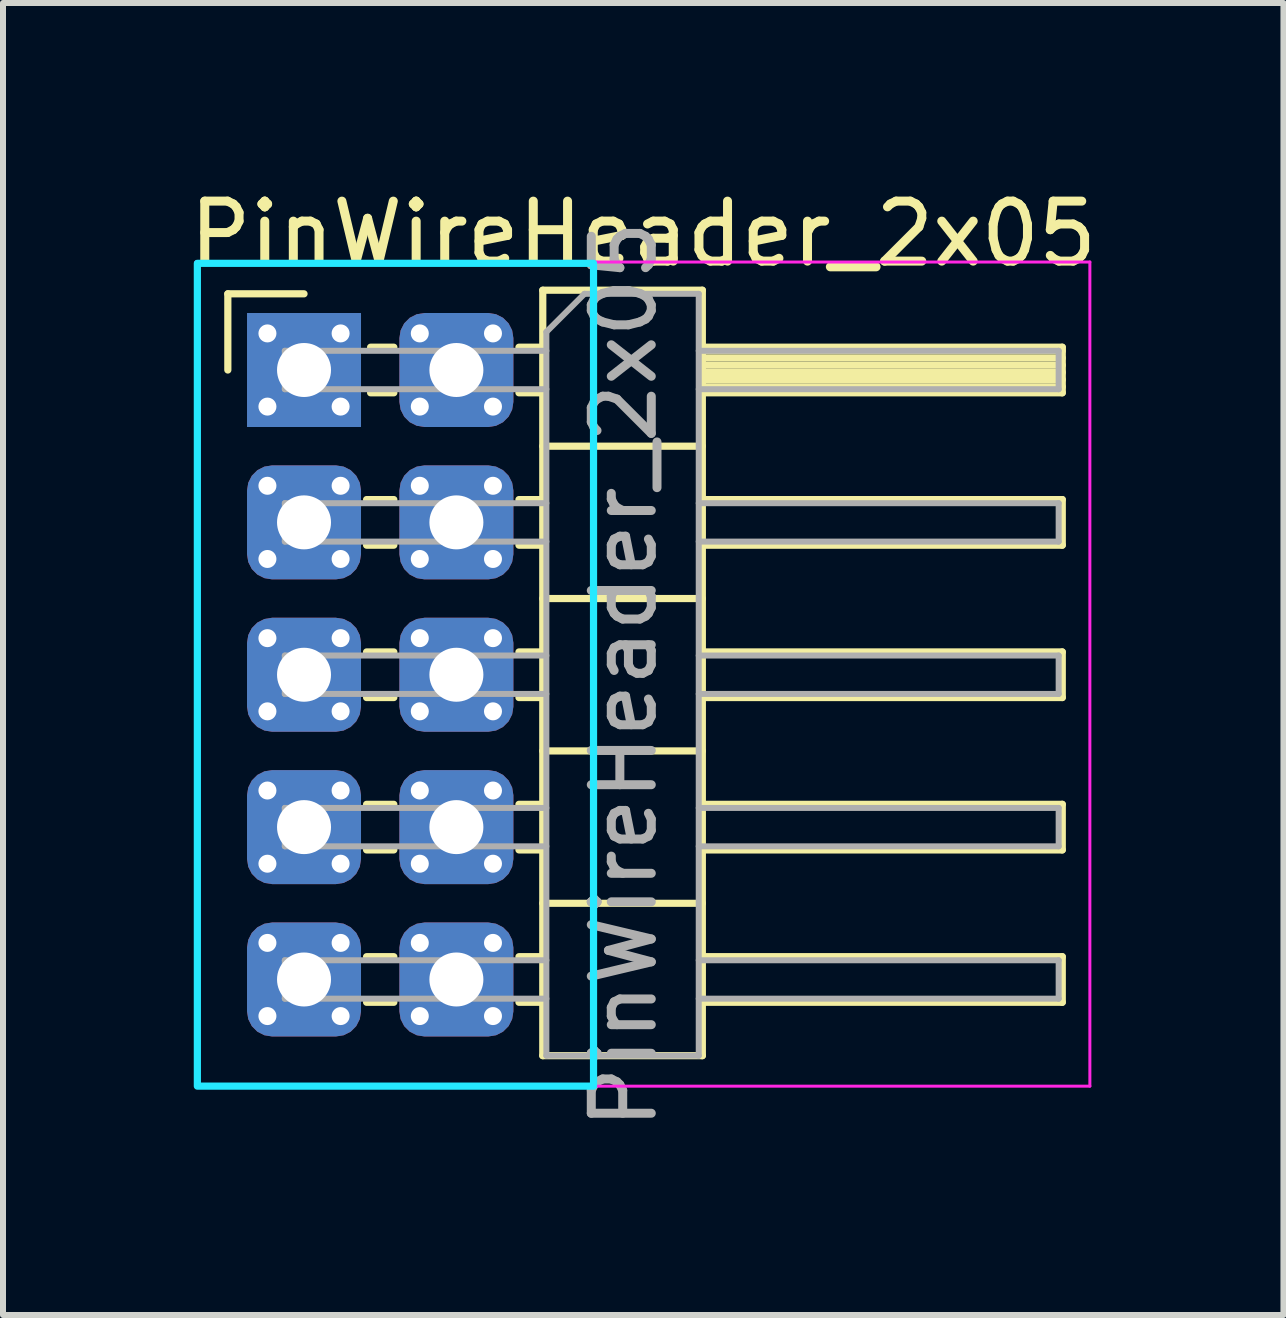
<source format=kicad_pcb>
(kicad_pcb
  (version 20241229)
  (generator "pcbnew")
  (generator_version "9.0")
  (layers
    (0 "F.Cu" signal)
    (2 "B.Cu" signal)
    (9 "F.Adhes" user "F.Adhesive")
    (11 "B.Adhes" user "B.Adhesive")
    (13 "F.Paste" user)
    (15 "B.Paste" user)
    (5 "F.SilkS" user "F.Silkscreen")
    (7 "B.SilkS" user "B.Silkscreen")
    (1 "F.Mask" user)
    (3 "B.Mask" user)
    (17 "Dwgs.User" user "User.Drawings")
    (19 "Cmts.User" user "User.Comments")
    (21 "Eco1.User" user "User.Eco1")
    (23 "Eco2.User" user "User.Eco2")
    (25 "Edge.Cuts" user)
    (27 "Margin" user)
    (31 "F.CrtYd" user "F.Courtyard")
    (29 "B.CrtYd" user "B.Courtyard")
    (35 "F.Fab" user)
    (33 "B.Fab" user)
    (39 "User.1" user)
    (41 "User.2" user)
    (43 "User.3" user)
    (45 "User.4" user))
  (footprint "PinWireHeader_2x05"
    (layer "F.Cu")
    (at 2.018 3.118)
    (property "Reference" "PinWireHeader_2x05" (at 5.655 -2.27 180) (layer "F.SilkS") (effects (font (size 1 1) (thickness 0.15))))
    (attr through_hole)
    (fp_circle (center 0 0) (end 0.457 0) (stroke (width 0.15) (type solid)) (fill yes) (layer "F.Mask"))
    (fp_circle (center 0 2.54) (end 0.457 2.54) (stroke (width 0.15) (type solid)) (fill yes) (layer "F.Mask"))
    (fp_circle (center 0 5.08) (end 0.457 5.08) (stroke (width 0.15) (type solid)) (fill yes) (layer "F.Mask"))
    (fp_circle (center 0 7.62) (end 0.457 7.62) (stroke (width 0.15) (type solid)) (fill yes) (layer "F.Mask"))
    (fp_circle (center 0 10.16) (end 0.457 10.16) (stroke (width 0.15) (type solid)) (fill yes) (layer "F.Mask"))
    (fp_circle (center 2.54 0) (end 2.997 0) (stroke (width 0.15) (type solid)) (fill yes) (layer "F.Mask"))
    (fp_circle (center 2.54 2.54) (end 2.997 2.54) (stroke (width 0.15) (type solid)) (fill yes) (layer "F.Mask"))
    (fp_circle (center 2.54 5.08) (end 2.997 5.08) (stroke (width 0.15) (type solid)) (fill yes) (layer "F.Mask"))
    (fp_circle (center 2.54 7.62) (end 2.997 7.62) (stroke (width 0.15) (type solid)) (fill yes) (layer "F.Mask"))
    (fp_circle (center 2.54 10.16) (end 2.997 10.16) (stroke (width 0.15) (type solid)) (fill yes) (layer "F.Mask"))
    (fp_line (start -1.27 -1.27) (end 0 -1.27) (stroke (width 0.12) (type solid)) (layer "F.SilkS"))
    (fp_line (start -1.27 0) (end -1.27 -1.27) (stroke (width 0.12) (type solid)) (layer "F.SilkS"))
    (fp_line (start 1.043 2.16) (end 1.497 2.16) (stroke (width 0.12) (type solid)) (layer "F.SilkS"))
    (fp_line (start 1.043 2.92) (end 1.497 2.92) (stroke (width 0.12) (type solid)) (layer "F.SilkS"))
    (fp_line (start 1.043 4.7) (end 1.497 4.7) (stroke (width 0.12) (type solid)) (layer "F.SilkS"))
    (fp_line (start 1.043 5.46) (end 1.497 5.46) (stroke (width 0.12) (type solid)) (layer "F.SilkS"))
    (fp_line (start 1.043 7.24) (end 1.497 7.24) (stroke (width 0.12) (type solid)) (layer "F.SilkS"))
    (fp_line (start 1.043 8) (end 1.497 8) (stroke (width 0.12) (type solid)) (layer "F.SilkS"))
    (fp_line (start 1.043 9.78) (end 1.497 9.78) (stroke (width 0.12) (type solid)) (layer "F.SilkS"))
    (fp_line (start 1.043 10.54) (end 1.497 10.54) (stroke (width 0.12) (type solid)) (layer "F.SilkS"))
    (fp_line (start 1.11 -0.38) (end 1.497 -0.38) (stroke (width 0.12) (type solid)) (layer "F.SilkS"))
    (fp_line (start 1.11 0.38) (end 1.497 0.38) (stroke (width 0.12) (type solid)) (layer "F.SilkS"))
    (fp_line (start 3.583 -0.38) (end 3.98 -0.38) (stroke (width 0.12) (type solid)) (layer "F.SilkS"))
    (fp_line (start 3.583 0.38) (end 3.98 0.38) (stroke (width 0.12) (type solid)) (layer "F.SilkS"))
    (fp_line (start 3.583 2.16) (end 3.98 2.16) (stroke (width 0.12) (type solid)) (layer "F.SilkS"))
    (fp_line (start 3.583 2.92) (end 3.98 2.92) (stroke (width 0.12) (type solid)) (layer "F.SilkS"))
    (fp_line (start 3.583 4.7) (end 3.98 4.7) (stroke (width 0.12) (type solid)) (layer "F.SilkS"))
    (fp_line (start 3.583 5.46) (end 3.98 5.46) (stroke (width 0.12) (type solid)) (layer "F.SilkS"))
    (fp_line (start 3.583 7.24) (end 3.98 7.24) (stroke (width 0.12) (type solid)) (layer "F.SilkS"))
    (fp_line (start 3.583 8) (end 3.98 8) (stroke (width 0.12) (type solid)) (layer "F.SilkS"))
    (fp_line (start 3.583 9.78) (end 3.98 9.78) (stroke (width 0.12) (type solid)) (layer "F.SilkS"))
    (fp_line (start 3.583 10.54) (end 3.98 10.54) (stroke (width 0.12) (type solid)) (layer "F.SilkS"))
    (fp_line (start 3.98 -1.33) (end 3.98 11.43) (stroke (width 0.12) (type solid)) (layer "F.SilkS"))
    (fp_line (start 3.98 1.27) (end 6.64 1.27) (stroke (width 0.12) (type solid)) (layer "F.SilkS"))
    (fp_line (start 3.98 3.81) (end 6.64 3.81) (stroke (width 0.12) (type solid)) (layer "F.SilkS"))
    (fp_line (start 3.98 6.35) (end 6.64 6.35) (stroke (width 0.12) (type solid)) (layer "F.SilkS"))
    (fp_line (start 3.98 8.89) (end 6.64 8.89) (stroke (width 0.12) (type solid)) (layer "F.SilkS"))
    (fp_line (start 3.98 11.43) (end 6.64 11.43) (stroke (width 0.12) (type solid)) (layer "F.SilkS"))
    (fp_line (start 6.64 -1.33) (end 3.98 -1.33) (stroke (width 0.12) (type solid)) (layer "F.SilkS"))
    (fp_line (start 6.64 -0.38) (end 12.64 -0.38) (stroke (width 0.12) (type solid)) (layer "F.SilkS"))
    (fp_line (start 6.64 -0.32) (end 12.64 -0.32) (stroke (width 0.12) (type solid)) (layer "F.SilkS"))
    (fp_line (start 6.64 -0.2) (end 12.64 -0.2) (stroke (width 0.12) (type solid)) (layer "F.SilkS"))
    (fp_line (start 6.64 -0.08) (end 12.64 -0.08) (stroke (width 0.12) (type solid)) (layer "F.SilkS"))
    (fp_line (start 6.64 0.04) (end 12.64 0.04) (stroke (width 0.12) (type solid)) (layer "F.SilkS"))
    (fp_line (start 6.64 0.16) (end 12.64 0.16) (stroke (width 0.12) (type solid)) (layer "F.SilkS"))
    (fp_line (start 6.64 0.28) (end 12.64 0.28) (stroke (width 0.12) (type solid)) (layer "F.SilkS"))
    (fp_line (start 6.64 2.16) (end 12.64 2.16) (stroke (width 0.12) (type solid)) (layer "F.SilkS"))
    (fp_line (start 6.64 4.7) (end 12.64 4.7) (stroke (width 0.12) (type solid)) (layer "F.SilkS"))
    (fp_line (start 6.64 7.24) (end 12.64 7.24) (stroke (width 0.12) (type solid)) (layer "F.SilkS"))
    (fp_line (start 6.64 9.78) (end 12.64 9.78) (stroke (width 0.12) (type solid)) (layer "F.SilkS"))
    (fp_line (start 6.64 11.43) (end 6.64 -1.33) (stroke (width 0.12) (type solid)) (layer "F.SilkS"))
    (fp_line (start 12.64 -0.38) (end 12.64 0.38) (stroke (width 0.12) (type solid)) (layer "F.SilkS"))
    (fp_line (start 12.64 0.38) (end 6.64 0.38) (stroke (width 0.12) (type solid)) (layer "F.SilkS"))
    (fp_line (start 12.64 2.16) (end 12.64 2.92) (stroke (width 0.12) (type solid)) (layer "F.SilkS"))
    (fp_line (start 12.64 2.92) (end 6.64 2.92) (stroke (width 0.12) (type solid)) (layer "F.SilkS"))
    (fp_line (start 12.64 4.7) (end 12.64 5.46) (stroke (width 0.12) (type solid)) (layer "F.SilkS"))
    (fp_line (start 12.64 5.46) (end 6.64 5.46) (stroke (width 0.12) (type solid)) (layer "F.SilkS"))
    (fp_line (start 12.64 7.24) (end 12.64 8) (stroke (width 0.12) (type solid)) (layer "F.SilkS"))
    (fp_line (start 12.64 8) (end 6.64 8) (stroke (width 0.12) (type solid)) (layer "F.SilkS"))
    (fp_line (start 12.64 9.78) (end 12.64 10.54) (stroke (width 0.12) (type solid)) (layer "F.SilkS"))
    (fp_line (start 12.64 10.54) (end 6.64 10.54) (stroke (width 0.12) (type solid)) (layer "F.SilkS"))
    (fp_rect (start -1.778 -1.778) (end 4.826 11.938) (stroke (width 0.12) (type solid)) (fill no) (layer "B.CrtYd"))
    (fp_line (start -1.8 -1.8) (end -1.8 11.938) (stroke (width 0.05) (type solid)) (layer "F.CrtYd"))
    (fp_line (start -1.8 11.938) (end 13.1 11.938) (stroke (width 0.05) (type solid)) (layer "F.CrtYd"))
    (fp_line (start 13.1 -1.8) (end -1.8 -1.8) (stroke (width 0.05) (type solid)) (layer "F.CrtYd"))
    (fp_line (start 13.1 11.938) (end 13.1 -1.8) (stroke (width 0.05) (type solid)) (layer "F.CrtYd"))
    (fp_line (start -0.32 -0.32) (end -0.32 0.32) (stroke (width 0.1) (type solid)) (layer "F.Fab"))
    (fp_line (start -0.32 -0.32) (end 4.04 -0.32) (stroke (width 0.1) (type solid)) (layer "F.Fab"))
    (fp_line (start -0.32 0.32) (end 4.04 0.32) (stroke (width 0.1) (type solid)) (layer "F.Fab"))
    (fp_line (start -0.32 2.22) (end -0.32 2.86) (stroke (width 0.1) (type solid)) (layer "F.Fab"))
    (fp_line (start -0.32 2.22) (end 4.04 2.22) (stroke (width 0.1) (type solid)) (layer "F.Fab"))
    (fp_line (start -0.32 2.86) (end 4.04 2.86) (stroke (width 0.1) (type solid)) (layer "F.Fab"))
    (fp_line (start -0.32 4.76) (end -0.32 5.4) (stroke (width 0.1) (type solid)) (layer "F.Fab"))
    (fp_line (start -0.32 4.76) (end 4.04 4.76) (stroke (width 0.1) (type solid)) (layer "F.Fab"))
    (fp_line (start -0.32 5.4) (end 4.04 5.4) (stroke (width 0.1) (type solid)) (layer "F.Fab"))
    (fp_line (start -0.32 7.3) (end -0.32 7.94) (stroke (width 0.1) (type solid)) (layer "F.Fab"))
    (fp_line (start -0.32 7.3) (end 4.04 7.3) (stroke (width 0.1) (type solid)) (layer "F.Fab"))
    (fp_line (start -0.32 7.94) (end 4.04 7.94) (stroke (width 0.1) (type solid)) (layer "F.Fab"))
    (fp_line (start -0.32 9.84) (end -0.32 10.48) (stroke (width 0.1) (type solid)) (layer "F.Fab"))
    (fp_line (start -0.32 9.84) (end 4.04 9.84) (stroke (width 0.1) (type solid)) (layer "F.Fab"))
    (fp_line (start -0.32 10.48) (end 4.04 10.48) (stroke (width 0.1) (type solid)) (layer "F.Fab"))
    (fp_line (start 4.04 -0.635) (end 4.675 -1.27) (stroke (width 0.1) (type solid)) (layer "F.Fab"))
    (fp_line (start 4.04 11.43) (end 4.04 -0.635) (stroke (width 0.1) (type solid)) (layer "F.Fab"))
    (fp_line (start 4.675 -1.27) (end 6.58 -1.27) (stroke (width 0.1) (type solid)) (layer "F.Fab"))
    (fp_line (start 6.58 -1.27) (end 6.58 11.43) (stroke (width 0.1) (type solid)) (layer "F.Fab"))
    (fp_line (start 6.58 -0.32) (end 12.58 -0.32) (stroke (width 0.1) (type solid)) (layer "F.Fab"))
    (fp_line (start 6.58 0.32) (end 12.58 0.32) (stroke (width 0.1) (type solid)) (layer "F.Fab"))
    (fp_line (start 6.58 2.22) (end 12.58 2.22) (stroke (width 0.1) (type solid)) (layer "F.Fab"))
    (fp_line (start 6.58 2.86) (end 12.58 2.86) (stroke (width 0.1) (type solid)) (layer "F.Fab"))
    (fp_line (start 6.58 4.76) (end 12.58 4.76) (stroke (width 0.1) (type solid)) (layer "F.Fab"))
    (fp_line (start 6.58 5.4) (end 12.58 5.4) (stroke (width 0.1) (type solid)) (layer "F.Fab"))
    (fp_line (start 6.58 7.3) (end 12.58 7.3) (stroke (width 0.1) (type solid)) (layer "F.Fab"))
    (fp_line (start 6.58 7.94) (end 12.58 7.94) (stroke (width 0.1) (type solid)) (layer "F.Fab"))
    (fp_line (start 6.58 9.84) (end 12.58 9.84) (stroke (width 0.1) (type solid)) (layer "F.Fab"))
    (fp_line (start 6.58 10.48) (end 12.58 10.48) (stroke (width 0.1) (type solid)) (layer "F.Fab"))
    (fp_line (start 6.58 11.43) (end 4.04 11.43) (stroke (width 0.1) (type solid)) (layer "F.Fab"))
    (fp_line (start 12.58 -0.32) (end 12.58 0.32) (stroke (width 0.1) (type solid)) (layer "F.Fab"))
    (fp_line (start 12.58 2.22) (end 12.58 2.86) (stroke (width 0.1) (type solid)) (layer "F.Fab"))
    (fp_line (start 12.58 4.76) (end 12.58 5.4) (stroke (width 0.1) (type solid)) (layer "F.Fab"))
    (fp_line (start 12.58 7.3) (end 12.58 7.94) (stroke (width 0.1) (type solid)) (layer "F.Fab"))
    (fp_line (start 12.58 9.84) (end 12.58 10.48) (stroke (width 0.1) (type solid)) (layer "F.Fab"))
    (fp_text user "${REFERENCE}" (at 5.334 5.08 270) (layer "F.Fab") (effects (font (size 1 1) (thickness 0.15))))
    (pad "1" thru_hole circle (at -0.61 -0.61) (size 0.35 0.35) (drill 0.3) (layers "*.Cu" "*.Mask"))
    (pad "1" thru_hole circle (at -0.61 0.61) (size 0.35 0.35) (drill 0.3) (layers "*.Cu" "*.Mask"))
    (pad "1" thru_hole rect (at 0 0) (size 1.9 1.9) (drill 0.9) (layers "*.Cu" "B.Mask"))
    (pad "1" thru_hole circle (at 0.61 -0.61) (size 0.35 0.35) (drill 0.3) (layers "*.Cu" "*.Mask"))
    (pad "1" thru_hole circle (at 0.61 0.61) (size 0.35 0.35) (drill 0.3) (layers "*.Cu" "*.Mask"))
    (pad "2" thru_hole circle (at 1.93 -0.61) (size 0.35 0.35) (drill 0.3) (layers "*.Cu" "*.Mask"))
    (pad "2" thru_hole circle (at 1.93 0.61) (size 0.35 0.35) (drill 0.3) (layers "*.Cu" "*.Mask"))
    (pad "2" thru_hole roundrect (at 2.54 0) (size 1.9 1.9) (drill 0.9) (layers "*.Cu" "B.Mask") (roundrect_rratio 0.22))
    (pad "2" thru_hole circle (at 3.15 -0.61) (size 0.35 0.35) (drill 0.3) (layers "*.Cu" "*.Mask"))
    (pad "2" thru_hole circle (at 3.15 0.61) (size 0.35 0.35) (drill 0.3) (layers "*.Cu" "*.Mask"))
    (pad "3" thru_hole circle (at -0.61 1.93) (size 0.35 0.35) (drill 0.3) (layers "*.Cu" "*.Mask"))
    (pad "3" thru_hole circle (at -0.61 3.15) (size 0.35 0.35) (drill 0.3) (layers "*.Cu" "*.Mask"))
    (pad "3" thru_hole roundrect (at 0 2.54) (size 1.9 1.9) (drill 0.9) (layers "*.Cu" "B.Mask") (roundrect_rratio 0.22))
    (pad "3" thru_hole circle (at 0.61 1.93) (size 0.35 0.35) (drill 0.3) (layers "*.Cu" "*.Mask"))
    (pad "3" thru_hole circle (at 0.61 3.15) (size 0.35 0.35) (drill 0.3) (layers "*.Cu" "*.Mask"))
    (pad "4" thru_hole circle (at 1.93 1.93) (size 0.35 0.35) (drill 0.3) (layers "*.Cu" "*.Mask"))
    (pad "4" thru_hole circle (at 1.93 3.15) (size 0.35 0.35) (drill 0.3) (layers "*.Cu" "*.Mask"))
    (pad "4" thru_hole roundrect (at 2.54 2.54) (size 1.9 1.9) (drill 0.9) (layers "*.Cu" "B.Mask") (roundrect_rratio 0.22))
    (pad "4" thru_hole circle (at 3.15 1.93) (size 0.35 0.35) (drill 0.3) (layers "*.Cu" "*.Mask"))
    (pad "4" thru_hole circle (at 3.15 3.15) (size 0.35 0.35) (drill 0.3) (layers "*.Cu" "*.Mask"))
    (pad "5" thru_hole circle (at -0.61 4.47) (size 0.35 0.35) (drill 0.3) (layers "*.Cu" "*.Mask"))
    (pad "5" thru_hole circle (at -0.61 5.69) (size 0.35 0.35) (drill 0.3) (layers "*.Cu" "*.Mask"))
    (pad "5" thru_hole roundrect (at 0 5.08) (size 1.9 1.9) (drill 0.9) (layers "*.Cu" "B.Mask") (roundrect_rratio 0.22))
    (pad "5" thru_hole circle (at 0.61 4.47) (size 0.35 0.35) (drill 0.3) (layers "*.Cu" "*.Mask"))
    (pad "5" thru_hole circle (at 0.61 5.69) (size 0.35 0.35) (drill 0.3) (layers "*.Cu" "*.Mask"))
    (pad "6" thru_hole circle (at 1.93 4.47) (size 0.35 0.35) (drill 0.3) (layers "*.Cu" "*.Mask"))
    (pad "6" thru_hole circle (at 1.93 5.69) (size 0.35 0.35) (drill 0.3) (layers "*.Cu" "*.Mask"))
    (pad "6" thru_hole roundrect (at 2.54 5.08) (size 1.9 1.9) (drill 0.9) (layers "*.Cu" "B.Mask") (roundrect_rratio 0.22))
    (pad "6" thru_hole circle (at 3.15 4.47) (size 0.35 0.35) (drill 0.3) (layers "*.Cu" "*.Mask"))
    (pad "6" thru_hole circle (at 3.15 5.69) (size 0.35 0.35) (drill 0.3) (layers "*.Cu" "*.Mask"))
    (pad "7" thru_hole circle (at -0.61 7.01) (size 0.35 0.35) (drill 0.3) (layers "*.Cu" "*.Mask"))
    (pad "7" thru_hole circle (at -0.61 8.23) (size 0.35 0.35) (drill 0.3) (layers "*.Cu" "*.Mask"))
    (pad "7" thru_hole roundrect (at 0 7.62) (size 1.9 1.9) (drill 0.9) (layers "*.Cu" "B.Mask") (roundrect_rratio 0.22))
    (pad "7" thru_hole circle (at 0.61 7.01) (size 0.35 0.35) (drill 0.3) (layers "*.Cu" "*.Mask"))
    (pad "7" thru_hole circle (at 0.61 8.23) (size 0.35 0.35) (drill 0.3) (layers "*.Cu" "*.Mask"))
    (pad "8" thru_hole circle (at 1.93 7.01) (size 0.35 0.35) (drill 0.3) (layers "*.Cu" "*.Mask"))
    (pad "8" thru_hole circle (at 1.93 8.23) (size 0.35 0.35) (drill 0.3) (layers "*.Cu" "*.Mask"))
    (pad "8" thru_hole roundrect (at 2.54 7.62) (size 1.9 1.9) (drill 0.9) (layers "*.Cu" "B.Mask") (roundrect_rratio 0.22))
    (pad "8" thru_hole circle (at 3.15 7.01) (size 0.35 0.35) (drill 0.3) (layers "*.Cu" "*.Mask"))
    (pad "8" thru_hole circle (at 3.15 8.23) (size 0.35 0.35) (drill 0.3) (layers "*.Cu" "*.Mask"))
    (pad "9" thru_hole circle (at -0.61 9.55) (size 0.35 0.35) (drill 0.3) (layers "*.Cu" "*.Mask"))
    (pad "9" thru_hole circle (at -0.61 10.77) (size 0.35 0.35) (drill 0.3) (layers "*.Cu" "*.Mask"))
    (pad "9" thru_hole roundrect (at 0 10.16) (size 1.9 1.9) (drill 0.9) (layers "*.Cu" "B.Mask") (roundrect_rratio 0.22))
    (pad "9" thru_hole circle (at 0.61 9.55) (size 0.35 0.35) (drill 0.3) (layers "*.Cu" "*.Mask"))
    (pad "9" thru_hole circle (at 0.61 10.77) (size 0.35 0.35) (drill 0.3) (layers "*.Cu" "*.Mask"))
    (pad "10" thru_hole circle (at 1.93 9.55) (size 0.35 0.35) (drill 0.3) (layers "*.Cu" "*.Mask"))
    (pad "10" thru_hole circle (at 1.93 10.77) (size 0.35 0.35) (drill 0.3) (layers "*.Cu" "*.Mask"))
    (pad "10" thru_hole roundrect (at 2.54 10.16) (size 1.9 1.9) (drill 0.9) (layers "*.Cu" "B.Mask") (roundrect_rratio 0.22))
    (pad "10" thru_hole circle (at 3.15 9.55) (size 0.35 0.35) (drill 0.3) (layers "*.Cu" "*.Mask"))
    (pad "10" thru_hole circle (at 3.15 10.77) (size 0.35 0.35) (drill 0.3) (layers "*.Cu" "*.Mask")))
  (gr_rect
    (start -3 -3)
    (end 18.345 18.871)
    (stroke (width 0.1) (type default))
    (fill no)
    (layer "Edge.Cuts")))
</source>
